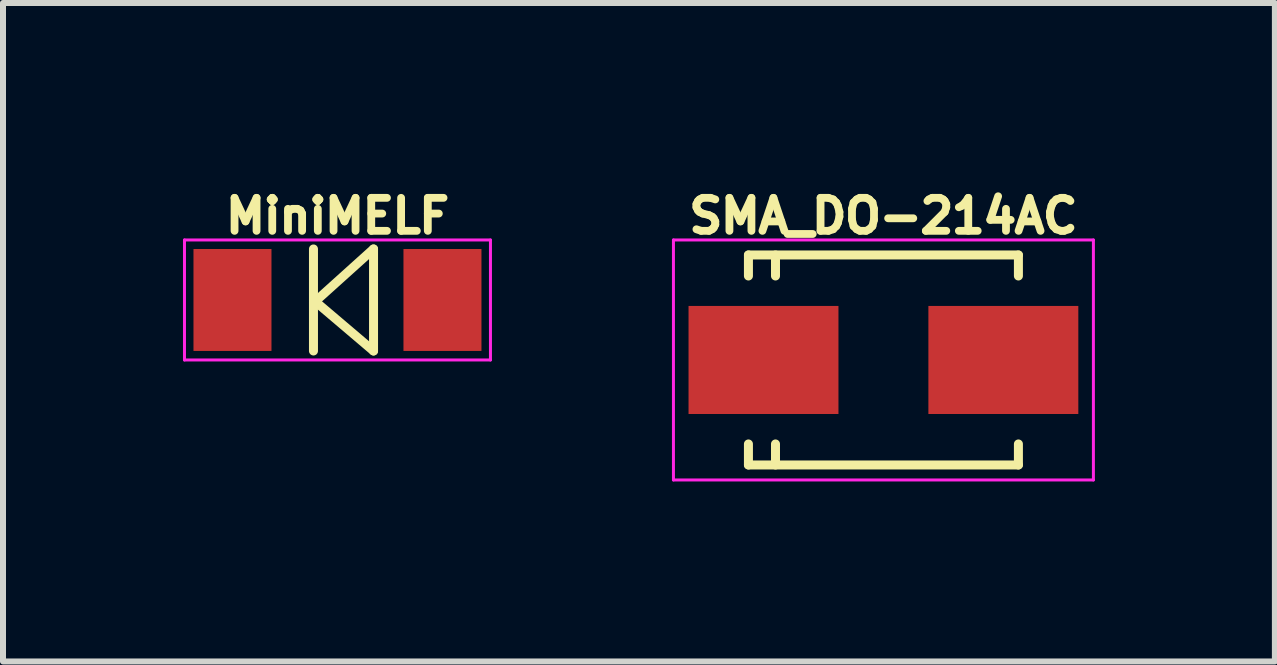
<source format=kicad_pcb>
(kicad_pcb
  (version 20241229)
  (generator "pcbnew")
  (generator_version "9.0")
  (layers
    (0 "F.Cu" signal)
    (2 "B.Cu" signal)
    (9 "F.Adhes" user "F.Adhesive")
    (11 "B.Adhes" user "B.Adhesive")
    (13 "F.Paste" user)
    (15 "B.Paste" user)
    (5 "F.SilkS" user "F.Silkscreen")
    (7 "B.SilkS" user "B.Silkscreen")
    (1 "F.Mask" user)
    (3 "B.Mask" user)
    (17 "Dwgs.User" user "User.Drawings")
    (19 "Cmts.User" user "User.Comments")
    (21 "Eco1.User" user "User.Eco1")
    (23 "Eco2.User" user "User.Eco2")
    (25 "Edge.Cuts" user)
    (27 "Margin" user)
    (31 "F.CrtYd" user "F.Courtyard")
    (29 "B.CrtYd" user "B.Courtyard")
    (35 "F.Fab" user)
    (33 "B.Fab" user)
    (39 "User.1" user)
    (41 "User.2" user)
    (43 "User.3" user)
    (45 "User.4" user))
  (footprint "MiniMELF"
    (layer "F.Cu")
    (at 2.575 1.95)
    (property "Reference" "MiniMELF" (at 0 -1.4 0) (layer "F.SilkS") (effects (font (size 0.55 0.55) (thickness 0.13))))
    (attr smd)
    (fp_line (start -0.4 -0.85) (end -0.4 0.85) (stroke (width 0.15) (type solid)) (layer "F.SilkS"))
    (fp_line (start -0.4 0.051) (end 0.601 -0.85) (stroke (width 0.15) (type solid)) (layer "F.SilkS"))
    (fp_line (start 0.601 -0.85) (end 0.601 0.85) (stroke (width 0.15) (type solid)) (layer "F.SilkS"))
    (fp_line (start 0.601 0.85) (end -0.4 0) (stroke (width 0.15) (type solid)) (layer "F.SilkS"))
    (fp_line (start -2.55 -1) (end 2.55 -1) (stroke (width 0.05) (type solid)) (layer "F.CrtYd"))
    (fp_line (start -2.55 1) (end -2.55 -1) (stroke (width 0.05) (type solid)) (layer "F.CrtYd"))
    (fp_line (start 2.55 -1) (end 2.55 1) (stroke (width 0.05) (type solid)) (layer "F.CrtYd"))
    (fp_line (start 2.55 1) (end -2.55 1) (stroke (width 0.05) (type solid)) (layer "F.CrtYd"))
    (pad "1" smd rect (at -1.75 0) (size 1.3 1.699) (layers "F.Cu" "F.Mask" "F.Paste"))
    (pad "2" smd rect (at 1.75 0) (size 1.3 1.699) (layers "F.Cu" "F.Mask" "F.Paste")))
  (footprint "SMA_DO-214AC"
    (layer "F.Cu")
    (at 11.675 2.95)
    (property "Reference" "SMA_DO-214AC" (at 0 -2.4 0) (layer "F.SilkS") (effects (font (size 0.55 0.55) (thickness 0.13))))
    (attr smd)
    (fp_line (start -2.25 -1.75) (end -2.25 -1.4) (stroke (width 0.15) (type solid)) (layer "F.SilkS"))
    (fp_line (start -2.25 -1.75) (end 2.25 -1.75) (stroke (width 0.15) (type solid)) (layer "F.SilkS"))
    (fp_line (start -2.25 1.75) (end -2.25 1.4) (stroke (width 0.15) (type solid)) (layer "F.SilkS"))
    (fp_line (start -2.25 1.75) (end 2.25 1.75) (stroke (width 0.15) (type solid)) (layer "F.SilkS"))
    (fp_line (start -1.799 -1.75) (end -1.799 -1.4) (stroke (width 0.15) (type solid)) (layer "F.SilkS"))
    (fp_line (start -1.799 1.75) (end -1.799 1.4) (stroke (width 0.15) (type solid)) (layer "F.SilkS"))
    (fp_line (start 2.25 -1.75) (end 2.25 -1.4) (stroke (width 0.15) (type solid)) (layer "F.SilkS"))
    (fp_line (start 2.25 1.75) (end 2.25 1.4) (stroke (width 0.15) (type solid)) (layer "F.SilkS"))
    (fp_line (start -3.5 -2) (end 3.5 -2) (stroke (width 0.05) (type solid)) (layer "F.CrtYd"))
    (fp_line (start -3.5 2) (end -3.5 -2) (stroke (width 0.05) (type solid)) (layer "F.CrtYd"))
    (fp_line (start 3.5 -2) (end 3.5 2) (stroke (width 0.05) (type solid)) (layer "F.CrtYd"))
    (fp_line (start 3.5 2) (end -3.5 2) (stroke (width 0.05) (type solid)) (layer "F.CrtYd"))
    (pad "1" smd rect (at -1.999 0) (size 2.499 1.801) (layers "F.Cu" "F.Mask" "F.Paste"))
    (pad "2" smd rect (at 1.999 0) (size 2.499 1.801) (layers "F.Cu" "F.Mask" "F.Paste")))
  (gr_rect
    (start -3 -3)
    (end 18.2 7.975)
    (stroke (width 0.1) (type default))
    (fill no)
    (layer "Edge.Cuts")))
</source>
